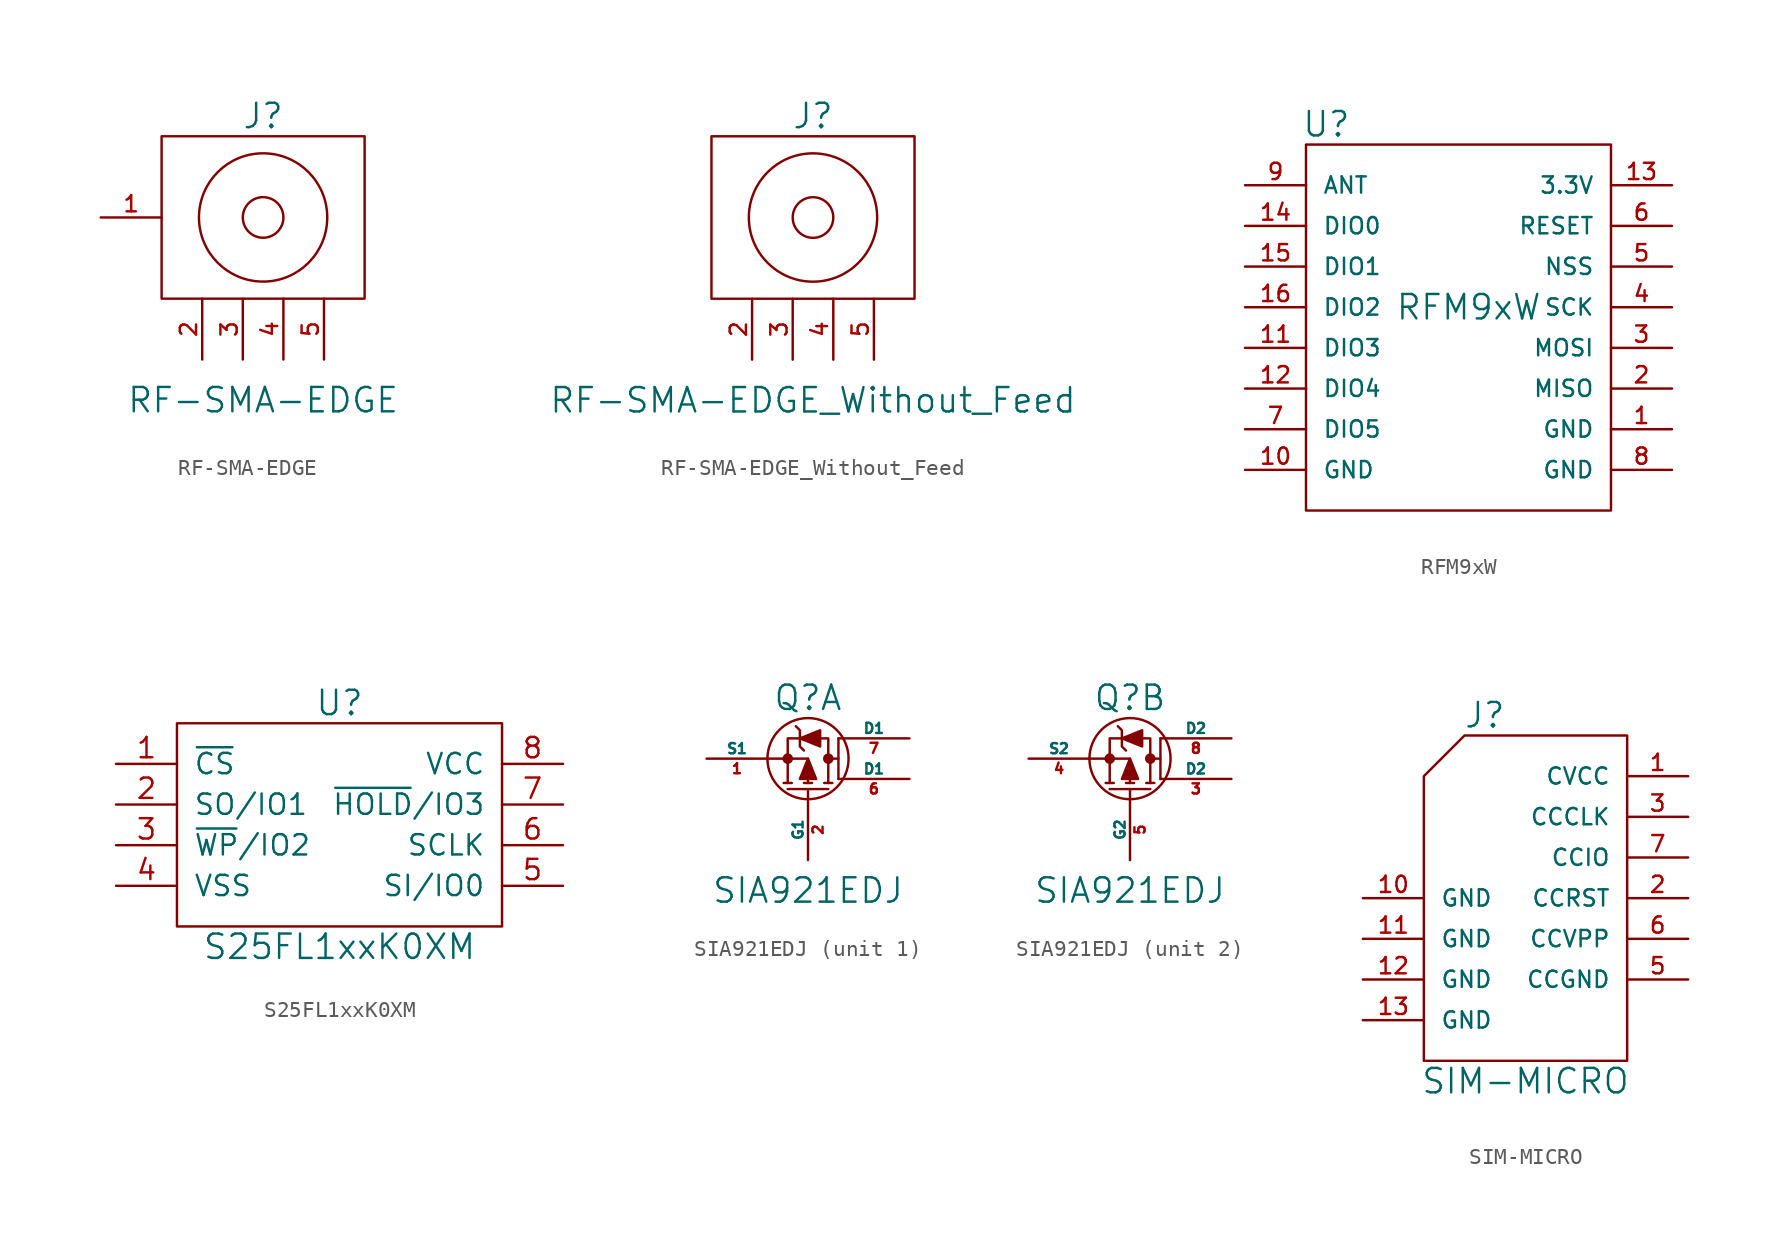
<source format=kicad_sym>
(kicad_symbol_lib
  (version 20211014)
  (generator kicad_symbol_editor)
  (symbol "RF-SMA-EDGE"
    (pin_names
      (offset 1.016))
    (property "Reference" "J"
      (at 0 6.35 0)
      (effects (font (size 1.524 1.524))))
    (property "Value" "RF-SMA-EDGE"
      (at 0 -11.43 0)
      (effects (font (size 1.524 1.524))))
    (property "Datasheet" ""
      (at -1.27 -1.27 0)
      (effects (font (size 1.524 1.524))))
    (symbol "RF-SMA-EDGE_0_0"
      (rectangle (start -6.35 5.08) (end 6.35 -5.08) (stroke (width 0) (type default) (color 0 0 0 0)) (fill (type none)))
      (circle (center 0 0) (radius 1.27) (stroke (width 0) (type default) (color 0 0 0 0)) (fill (type none)))
      (circle (center 0 0) (radius 4.013) (stroke (width 0) (type default) (color 0 0 0 0)) (fill (type none))))
    (symbol "RF-SMA-EDGE_1_1"
      (pin input line (at -10.16 0 0) (length 3.81) (name "~" (effects (font (size 1.016 1.016)))) (number "1" (effects (font (size 1.016 1.016)))))
      (pin input line (at -3.81 -8.89 90) (length 3.81) (name "~" (effects (font (size 1.016 1.016)))) (number "2" (effects (font (size 1.016 1.016)))))
      (pin input line (at -1.27 -8.89 90) (length 3.81) (name "~" (effects (font (size 1.016 1.016)))) (number "3" (effects (font (size 1.016 1.016)))))
      (pin input line (at 1.27 -8.89 90) (length 3.81) (name "~" (effects (font (size 1.016 1.016)))) (number "4" (effects (font (size 1.016 1.016)))))
      (pin input line (at 3.81 -8.89 90) (length 3.81) (name "~" (effects (font (size 1.016 1.016)))) (number "5" (effects (font (size 1.016 1.016)))))))
  (symbol "RF-SMA-EDGE_Without_Feed"
    (pin_names
      (offset 1.016))
    (property "Reference" "J"
      (at 0 6.35 0)
      (effects (font (size 1.524 1.524))))
    (property "Value" "RF-SMA-EDGE_Without_Feed"
      (at 0 -11.43 0)
      (effects (font (size 1.524 1.524))))
    (property "Datasheet" ""
      (at -1.27 -1.27 0)
      (effects (font (size 1.524 1.524))))
    (symbol "RF-SMA-EDGE_Without_Feed_0_0"
      (rectangle (start -6.35 5.08) (end 6.35 -5.08) (stroke (width 0) (type default) (color 0 0 0 0)) (fill (type none)))
      (circle (center 0 0) (radius 1.27) (stroke (width 0) (type default) (color 0 0 0 0)) (fill (type none)))
      (circle (center 0 0) (radius 4.013) (stroke (width 0) (type default) (color 0 0 0 0)) (fill (type none))))
    (symbol "RF-SMA-EDGE_Without_Feed_1_1"
      (pin input line (at -3.81 -8.89 90) (length 3.81) (name "~" (effects (font (size 1.016 1.016)))) (number "2" (effects (font (size 1.016 1.016)))))
      (pin input line (at -1.27 -8.89 90) (length 3.81) (name "~" (effects (font (size 1.016 1.016)))) (number "3" (effects (font (size 1.016 1.016)))))
      (pin input line (at 1.27 -8.89 90) (length 3.81) (name "~" (effects (font (size 1.016 1.016)))) (number "4" (effects (font (size 1.016 1.016)))))
      (pin input line (at 3.81 -8.89 90) (length 3.81) (name "~" (effects (font (size 1.016 1.016)))) (number "5" (effects (font (size 1.016 1.016)))))))
  (symbol "RFM9xW"
    (pin_names
      (offset 1.016))
    (property "Reference" "U"
      (at -8.89 12.7 0)
      (effects (font (size 1.524 1.524))))
    (property "Value" "RFM9xW"
      (at 0 1.27 0)
      (effects (font (size 1.524 1.524))))
    (property "Datasheet" ""
      (at 0 7.62 0)
      (effects (font (size 1.524 1.524))))
    (symbol "RFM9xW_0_0"
      (rectangle (start -10.16 11.43) (end 8.89 -11.43) (stroke (width 0) (type default) (color 0 0 0 0)) (fill (type none))))
    (symbol "RFM9xW_1_1"
      (pin input line (at 12.7 -6.35 180) (length 3.81) (name "GND" (effects (font (size 1.016 1.016)))) (number "1" (effects (font (size 1.016 1.016)))))
      (pin input line (at -13.97 -8.89 0) (length 3.81) (name "GND" (effects (font (size 1.016 1.016)))) (number "10" (effects (font (size 1.016 1.016)))))
      (pin input line (at -13.97 -1.27 0) (length 3.81) (name "DIO3" (effects (font (size 1.016 1.016)))) (number "11" (effects (font (size 1.016 1.016)))))
      (pin input line (at -13.97 -3.81 0) (length 3.81) (name "DIO4" (effects (font (size 1.016 1.016)))) (number "12" (effects (font (size 1.016 1.016)))))
      (pin input line (at 12.7 8.89 180) (length 3.81) (name "3.3V" (effects (font (size 1.016 1.016)))) (number "13" (effects (font (size 1.016 1.016)))))
      (pin input line (at -13.97 6.35 0) (length 3.81) (name "DIO0" (effects (font (size 1.016 1.016)))) (number "14" (effects (font (size 1.016 1.016)))))
      (pin input line (at -13.97 3.81 0) (length 3.81) (name "DIO1" (effects (font (size 1.016 1.016)))) (number "15" (effects (font (size 1.016 1.016)))))
      (pin input line (at -13.97 1.27 0) (length 3.81) (name "DIO2" (effects (font (size 1.016 1.016)))) (number "16" (effects (font (size 1.016 1.016)))))
      (pin input line (at 12.7 -3.81 180) (length 3.81) (name "MISO" (effects (font (size 1.016 1.016)))) (number "2" (effects (font (size 1.016 1.016)))))
      (pin input line (at 12.7 -1.27 180) (length 3.81) (name "MOSI" (effects (font (size 1.016 1.016)))) (number "3" (effects (font (size 1.016 1.016)))))
      (pin input line (at 12.7 1.27 180) (length 3.81) (name "SCK" (effects (font (size 1.016 1.016)))) (number "4" (effects (font (size 1.016 1.016)))))
      (pin input line (at 12.7 3.81 180) (length 3.81) (name "NSS" (effects (font (size 1.016 1.016)))) (number "5" (effects (font (size 1.016 1.016)))))
      (pin input line (at 12.7 6.35 180) (length 3.81) (name "RESET" (effects (font (size 1.016 1.016)))) (number "6" (effects (font (size 1.016 1.016)))))
      (pin input line (at -13.97 -6.35 0) (length 3.81) (name "DIO5" (effects (font (size 1.016 1.016)))) (number "7" (effects (font (size 1.016 1.016)))))
      (pin input line (at 12.7 -8.89 180) (length 3.81) (name "GND" (effects (font (size 1.016 1.016)))) (number "8" (effects (font (size 1.016 1.016)))))
      (pin input line (at -13.97 8.89 0) (length 3.81) (name "ANT" (effects (font (size 1.016 1.016)))) (number "9" (effects (font (size 1.016 1.016)))))))
  (symbol "S25FL1xxK0XM"
    (pin_names
      (offset 1.016))
    (property "Reference" "U"
      (at 0 7.62 0)
      (effects (font (size 1.524 1.524))))
    (property "Value" "S25FL1xxK0XM"
      (at 0 -7.62 0)
      (effects (font (size 1.524 1.524))))
    (property "Datasheet" ""
      (at -5.08 1.27 0)
      (effects (font (size 1.524 1.524))))
    (symbol "S25FL1xxK0XM_0_1"
      (rectangle (start -10.16 6.35) (end 10.16 -6.35) (stroke (width 0) (type default) (color 0 0 0 0)) (fill (type none))))
    (symbol "S25FL1xxK0XM_1_1"
      (pin input line (at -13.97 3.81 0) (length 3.81) (name "~{CS}" (effects (font (size 1.27 1.27)))) (number "1" (effects (font (size 1.27 1.27)))))
      (pin output line (at -13.97 1.27 0) (length 3.81) (name "SO/IO1" (effects (font (size 1.27 1.27)))) (number "2" (effects (font (size 1.27 1.27)))))
      (pin input line (at -13.97 -1.27 0) (length 3.81) (name "~{WP}/IO2" (effects (font (size 1.27 1.27)))) (number "3" (effects (font (size 1.27 1.27)))))
      (pin power_in line (at -13.97 -3.81 0) (length 3.81) (name "VSS" (effects (font (size 1.27 1.27)))) (number "4" (effects (font (size 1.27 1.27)))))
      (pin input line (at 13.97 -3.81 180) (length 3.81) (name "SI/IO0" (effects (font (size 1.27 1.27)))) (number "5" (effects (font (size 1.27 1.27)))))
      (pin input line (at 13.97 -1.27 180) (length 3.81) (name "SCLK" (effects (font (size 1.27 1.27)))) (number "6" (effects (font (size 1.27 1.27)))))
      (pin input line (at 13.97 1.27 180) (length 3.81) (name "~{HOLD}/IO3" (effects (font (size 1.27 1.27)))) (number "7" (effects (font (size 1.27 1.27)))))
      (pin power_in line (at 13.97 3.81 180) (length 3.81) (name "VCC" (effects (font (size 1.27 1.27)))) (number "8" (effects (font (size 1.27 1.27)))))))
  (symbol "SIA921EDJ"
    (pin_names
      (offset 0))
    (property "Reference" "Q"
      (at 0 3.81 0)
      (effects (font (size 1.524 1.524))))
    (property "Value" "SIA921EDJ"
      (at 0 -8.255 0)
      (effects (font (size 1.524 1.524))))
    (property "Datasheet" ""
      (at 0 0 0)
      (effects (font (size 1.524 1.524))))
    (symbol "SIA921EDJ_0_1"
      (circle (center -1.27 0) (radius 0.254) (stroke (width 0) (type default) (color 0 0 0 0)) (fill (type outline)))
      (polyline (pts (xy -1.524 -1.524) (xy -1.016 -1.524)) (stroke (width 0) (type default) (color 0 0 0 0)) (fill (type none)))
      (polyline (pts (xy -1.27 -1.905) (xy 1.27 -1.905)) (stroke (width 0) (type default) (color 0 0 0 0)) (fill (type none)))
      (polyline (pts (xy -0.254 -1.524) (xy 0.254 -1.524)) (stroke (width 0) (type default) (color 0 0 0 0)) (fill (type none)))
      (polyline (pts (xy 0 -2.54) (xy 0 -1.905)) (stroke (width 0) (type default) (color 0 0 0 0)) (fill (type none)))
      (polyline (pts (xy 0 -1.524) (xy 0 -1.016)) (stroke (width 0) (type default) (color 0 0 0 0)) (fill (type none)))
      (polyline (pts (xy 0 0) (xy -2.54 0)) (stroke (width 0) (type default) (color 0 0 0 0)) (fill (type none)))
      (polyline (pts (xy 1.016 -1.524) (xy 1.524 -1.524)) (stroke (width 0) (type default) (color 0 0 0 0)) (fill (type none)))
      (polyline (pts (xy 1.27 0) (xy 1.905 0)) (stroke (width 0) (type default) (color 0 0 0 0)) (fill (type none)))
      (polyline (pts (xy 1.905 1.27) (xy 1.905 -1.27)) (stroke (width 0) (type default) (color 0 0 0 0)) (fill (type none)))
      (polyline (pts (xy -0.762 2.032) (xy -0.508 1.778) (xy -0.508 0.762) (xy -0.254 0.508)) (stroke (width 0) (type default) (color 0 0 0 0)) (fill (type none)))
      (polyline (pts (xy 0 0) (xy -0.508 -1.27) (xy 0.508 -1.27) (xy 0 0)) (stroke (width 0) (type default) (color 0 0 0 0)) (fill (type outline)))
      (polyline (pts (xy 0.762 0.762) (xy 0.762 1.778) (xy -0.508 1.27) (xy 0.762 0.762)) (stroke (width 0) (type default) (color 0 0 0 0)) (fill (type outline)))
      (polyline (pts (xy -1.27 -1.524) (xy -1.27 0) (xy -1.27 1.27) (xy 1.27 1.27) (xy 1.27 -1.524)) (stroke (width 0) (type default) (color 0 0 0 0)) (fill (type none)))
      (circle (center 0 0) (radius 2.54) (stroke (width 0) (type default) (color 0 0 0 0)) (fill (type none)))
      (circle (center 1.27 0) (radius 0.254) (stroke (width 0) (type default) (color 0 0 0 0)) (fill (type outline))))
    (symbol "SIA921EDJ_1_1"
      (pin input line (at -6.35 0 0) (length 3.81) (name "S1" (effects (font (size 0.635 0.635)))) (number "1" (effects (font (size 0.635 0.635)))))
      (pin input line (at 0 -6.35 90) (length 3.81) (name "G1" (effects (font (size 0.635 0.635)))) (number "2" (effects (font (size 0.635 0.635)))))
      (pin input line (at 6.35 -1.27 180) (length 4.445) (name "D1" (effects (font (size 0.635 0.635)))) (number "6" (effects (font (size 0.635 0.635)))))
      (pin input line (at 6.35 1.27 180) (length 4.445) (name "D1" (effects (font (size 0.635 0.635)))) (number "7" (effects (font (size 0.635 0.635))))))
    (symbol "SIA921EDJ_2_1"
      (pin input line (at 6.35 -1.27 180) (length 4.445) (name "D2" (effects (font (size 0.635 0.635)))) (number "3" (effects (font (size 0.635 0.635)))))
      (pin input line (at -6.35 0 0) (length 3.81) (name "S2" (effects (font (size 0.635 0.635)))) (number "4" (effects (font (size 0.635 0.635)))))
      (pin input line (at 0 -6.35 90) (length 3.81) (name "G2" (effects (font (size 0.635 0.635)))) (number "5" (effects (font (size 0.635 0.635)))))
      (pin input line (at 6.35 1.27 180) (length 4.445) (name "D2" (effects (font (size 0.635 0.635)))) (number "8" (effects (font (size 0.635 0.635)))))))
  (symbol "SIM-MICRO"
    (pin_names
      (offset 1.016))
    (property "Reference" "J"
      (at -2.54 11.43 0)
      (effects (font (size 1.524 1.524))))
    (property "Value" "SIM-MICRO"
      (at 0 -11.43 0)
      (effects (font (size 1.524 1.524))))
    (property "Datasheet" ""
      (at 0 1.27 0)
      (effects (font (size 1.524 1.524))))
    (symbol "SIM-MICRO_0_0"
      (polyline (pts (xy 6.35 10.16) (xy -3.81 10.16) (xy -6.35 7.62) (xy -6.35 -10.16) (xy -3.81 -10.16) (xy 6.35 -10.16) (xy 6.35 10.16)) (stroke (width 0) (type default) (color 0 0 0 0)) (fill (type none))))
    (symbol "SIM-MICRO_1_1"
      (pin input line (at 10.16 7.62 180) (length 3.81) (name "CVCC" (effects (font (size 1.016 1.016)))) (number "1" (effects (font (size 1.016 1.016)))))
      (pin input line (at -10.16 0 0) (length 3.81) (name "GND" (effects (font (size 1.016 1.016)))) (number "10" (effects (font (size 1.016 1.016)))))
      (pin input line (at -10.16 -2.54 0) (length 3.81) (name "GND" (effects (font (size 1.016 1.016)))) (number "11" (effects (font (size 1.016 1.016)))))
      (pin input line (at -10.16 -5.08 0) (length 3.81) (name "GND" (effects (font (size 1.016 1.016)))) (number "12" (effects (font (size 1.016 1.016)))))
      (pin input line (at -10.16 -7.62 0) (length 3.81) (name "GND" (effects (font (size 1.016 1.016)))) (number "13" (effects (font (size 1.016 1.016)))))
      (pin input line (at 10.16 0 180) (length 3.81) (name "CCRST" (effects (font (size 1.016 1.016)))) (number "2" (effects (font (size 1.016 1.016)))))
      (pin input line (at 10.16 5.08 180) (length 3.81) (name "CCCLK" (effects (font (size 1.016 1.016)))) (number "3" (effects (font (size 1.016 1.016)))))
      (pin input line (at 10.16 -5.08 180) (length 3.81) (name "CCGND" (effects (font (size 1.016 1.016)))) (number "5" (effects (font (size 1.016 1.016)))))
      (pin input line (at 10.16 -2.54 180) (length 3.81) (name "CCVPP" (effects (font (size 1.016 1.016)))) (number "6" (effects (font (size 1.016 1.016)))))
      (pin input line (at 10.16 2.54 180) (length 3.81) (name "CCIO" (effects (font (size 1.016 1.016)))) (number "7" (effects (font (size 1.016 1.016))))))))
</source>
